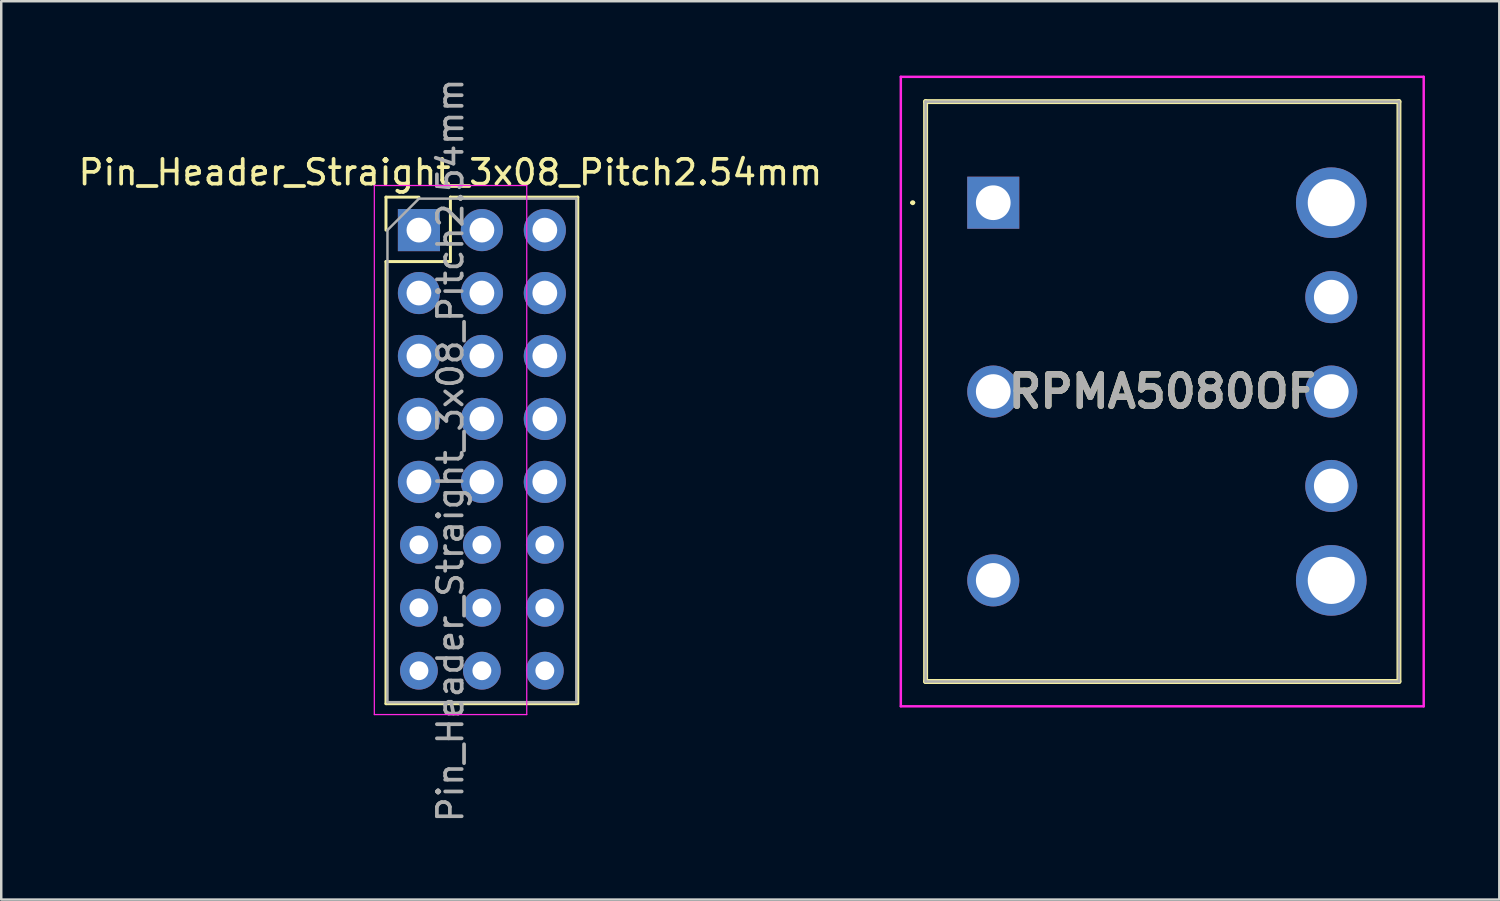
<source format=kicad_pcb>
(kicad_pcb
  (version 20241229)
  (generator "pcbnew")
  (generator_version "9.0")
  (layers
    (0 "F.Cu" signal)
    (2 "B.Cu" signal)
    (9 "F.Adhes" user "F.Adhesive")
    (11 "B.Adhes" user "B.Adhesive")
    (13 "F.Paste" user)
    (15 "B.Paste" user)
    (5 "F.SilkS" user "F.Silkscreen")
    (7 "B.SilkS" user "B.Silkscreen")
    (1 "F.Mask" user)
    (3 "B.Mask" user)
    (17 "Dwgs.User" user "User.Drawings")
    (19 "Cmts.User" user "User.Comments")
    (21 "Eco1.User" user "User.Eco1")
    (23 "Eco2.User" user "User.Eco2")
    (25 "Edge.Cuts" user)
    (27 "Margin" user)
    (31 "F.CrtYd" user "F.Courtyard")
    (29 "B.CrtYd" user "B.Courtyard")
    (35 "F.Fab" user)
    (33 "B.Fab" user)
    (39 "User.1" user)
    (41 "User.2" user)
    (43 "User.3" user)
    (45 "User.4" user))
  (footprint "RPMA5080OF"
    (layer "F.Cu")
    (at 37.03 5.13)
    (property "Reference" "RPMA5080OF" (at 6.82 7.62 0) (layer "F.SilkS") (effects (font (size 1.27 1.27) (thickness 0.254))))
    (attr through_hole)
    (fp_line (start -3.3 0) (end -3.3 0) (stroke (width 0.1) (type solid)) (layer "F.SilkS"))
    (fp_line (start -3.2 0) (end -3.2 0) (stroke (width 0.1) (type solid)) (layer "F.SilkS"))
    (fp_line (start -2.73 -4.08) (end -2.73 19.32) (stroke (width 0.2) (type solid)) (layer "F.SilkS"))
    (fp_line (start -2.73 19.32) (end 16.37 19.32) (stroke (width 0.2) (type solid)) (layer "F.SilkS"))
    (fp_line (start 16.37 -4.08) (end -2.73 -4.08) (stroke (width 0.2) (type solid)) (layer "F.SilkS"))
    (fp_line (start 16.37 19.32) (end 16.37 -4.08) (stroke (width 0.2) (type solid)) (layer "F.SilkS"))
    (fp_arc (start -3.3 0) (mid -3.25 -0.05) (end -3.2 0) (stroke (width 0.1) (type solid)) (layer "F.SilkS"))
    (fp_arc (start -3.2 0) (mid -3.25 0.05) (end -3.3 0) (stroke (width 0.1) (type solid)) (layer "F.SilkS"))
    (fp_line (start -3.73 -5.08) (end -3.73 20.32) (stroke (width 0.1) (type solid)) (layer "F.CrtYd"))
    (fp_line (start -3.73 20.32) (end 17.37 20.32) (stroke (width 0.1) (type solid)) (layer "F.CrtYd"))
    (fp_line (start 17.37 -5.08) (end -3.73 -5.08) (stroke (width 0.1) (type solid)) (layer "F.CrtYd"))
    (fp_line (start 17.37 20.32) (end 17.37 -5.08) (stroke (width 0.1) (type solid)) (layer "F.CrtYd"))
    (fp_line (start -2.73 -4.08) (end -2.73 19.32) (stroke (width 0.1) (type solid)) (layer "F.Fab"))
    (fp_line (start -2.73 19.32) (end 16.37 19.32) (stroke (width 0.1) (type solid)) (layer "F.Fab"))
    (fp_line (start 16.37 -4.08) (end -2.73 -4.08) (stroke (width 0.1) (type solid)) (layer "F.Fab"))
    (fp_line (start 16.37 19.32) (end 16.37 -4.08) (stroke (width 0.1) (type solid)) (layer "F.Fab"))
    (fp_text user "${REFERENCE}" (at 6.82 7.62 0) (layer "F.Fab") (effects (font (size 1.27 1.27) (thickness 0.254))))
    (pad "1" thru_hole rect (at 0 0) (size 2.1 2.1) (drill 1.4) (layers "*.Cu" "*.Mask"))
    (pad "2" thru_hole circle (at 0 7.62) (size 2.1 2.1) (drill 1.4) (layers "*.Cu" "*.Mask"))
    (pad "3" thru_hole circle (at 0 15.24) (size 2.1 2.1) (drill 1.4) (layers "*.Cu" "*.Mask"))
    (pad "4" thru_hole circle (at 13.64 15.24) (size 2.85 2.85) (drill 1.9) (layers "*.Cu" "*.Mask"))
    (pad "5" thru_hole circle (at 13.64 11.43) (size 2.1 2.1) (drill 1.4) (layers "*.Cu" "*.Mask"))
    (pad "6" thru_hole circle (at 13.64 7.62) (size 2.1 2.1) (drill 1.4) (layers "*.Cu" "*.Mask"))
    (pad "7" thru_hole circle (at 13.64 3.81) (size 2.1 2.1) (drill 1.4) (layers "*.Cu" "*.Mask"))
    (pad "8" thru_hole circle (at 13.64 0) (size 2.85 2.85) (drill 1.9) (layers "*.Cu" "*.Mask")))
  (footprint "Pin_Header_Straight_3x08_Pitch2.54mm"
    (layer "F.Cu")
    (at 13.855 6.235)
    (property "Reference" "Pin_Header_Straight_3x08_Pitch2.54mm" (at 1.27 -2.33 0) (layer "F.SilkS") (effects (font (size 1 1) (thickness 0.15))))
    (attr through_hole)
    (fp_line (start -1.33 -1.33) (end 0 -1.33) (stroke (width 0.12) (type solid)) (layer "F.SilkS"))
    (fp_line (start -1.33 0) (end -1.33 -1.33) (stroke (width 0.12) (type solid)) (layer "F.SilkS"))
    (fp_line (start -1.33 1.27) (end -1.33 19.11) (stroke (width 0.12) (type solid)) (layer "F.SilkS"))
    (fp_line (start -1.33 1.27) (end 1.27 1.27) (stroke (width 0.12) (type solid)) (layer "F.SilkS"))
    (fp_line (start -1.33 19.11) (end 6.35 19.11) (stroke (width 0.12) (type solid)) (layer "F.SilkS"))
    (fp_line (start 1.27 -1.33) (end 6.41 -1.33) (stroke (width 0.12) (type solid)) (layer "F.SilkS"))
    (fp_line (start 1.27 1.27) (end 1.27 -1.33) (stroke (width 0.12) (type solid)) (layer "F.SilkS"))
    (fp_line (start 6.41 -1.33) (end 6.41 19.11) (stroke (width 0.12) (type solid)) (layer "F.SilkS"))
    (fp_line (start -1.8 -1.8) (end -1.8 19.55) (stroke (width 0.05) (type solid)) (layer "F.CrtYd"))
    (fp_line (start -1.8 19.55) (end 4.35 19.55) (stroke (width 0.05) (type solid)) (layer "F.CrtYd"))
    (fp_line (start 4.35 -1.8) (end -1.8 -1.8) (stroke (width 0.05) (type solid)) (layer "F.CrtYd"))
    (fp_line (start 4.35 19.55) (end 4.35 -1.8) (stroke (width 0.05) (type solid)) (layer "F.CrtYd"))
    (fp_line (start -1.27 0) (end 0 -1.27) (stroke (width 0.1) (type solid)) (layer "F.Fab"))
    (fp_line (start -1.27 19.05) (end -1.27 0) (stroke (width 0.1) (type solid)) (layer "F.Fab"))
    (fp_line (start 0 -1.27) (end 6.35 -1.27) (stroke (width 0.1) (type solid)) (layer "F.Fab"))
    (fp_line (start 6.35 -1.27) (end 6.35 19.05) (stroke (width 0.1) (type solid)) (layer "F.Fab"))
    (fp_line (start 6.35 19.05) (end -1.27 19.05) (stroke (width 0.1) (type solid)) (layer "F.Fab"))
    (fp_text user "${REFERENCE}" (at 1.27 8.89 90) (layer "F.Fab") (effects (font (size 1 1) (thickness 0.15))))
    (pad "1" thru_hole rect (at 0 0) (size 1.7 1.7) (drill 1) (layers "*.Cu" "*.Mask"))
    (pad "2" thru_hole oval (at 2.54 0) (size 1.7 1.7) (drill 1) (layers "*.Cu" "*.Mask"))
    (pad "3" thru_hole oval (at 5.08 0) (size 1.7 1.7) (drill 1) (layers "*.Cu" "*.Mask"))
    (pad "4" thru_hole oval (at 0 2.54) (size 1.7 1.7) (drill 1) (layers "*.Cu" "*.Mask"))
    (pad "5" thru_hole oval (at 2.54 2.54) (size 1.7 1.7) (drill 1) (layers "*.Cu" "*.Mask"))
    (pad "6" thru_hole oval (at 5.08 2.54) (size 1.7 1.7) (drill 1) (layers "*.Cu" "*.Mask"))
    (pad "7" thru_hole oval (at 0 5.08) (size 1.7 1.7) (drill 1) (layers "*.Cu" "*.Mask"))
    (pad "8" thru_hole oval (at 2.54 5.08) (size 1.7 1.7) (drill 1) (layers "*.Cu" "*.Mask"))
    (pad "9" thru_hole oval (at 5.08 5.08) (size 1.7 1.7) (drill 1) (layers "*.Cu" "*.Mask"))
    (pad "10" thru_hole oval (at 0 7.62) (size 1.7 1.7) (drill 1) (layers "*.Cu" "*.Mask"))
    (pad "11" thru_hole oval (at 2.54 7.62) (size 1.7 1.7) (drill 1) (layers "*.Cu" "*.Mask"))
    (pad "12" thru_hole oval (at 5.08 7.62) (size 1.7 1.7) (drill 1) (layers "*.Cu" "*.Mask"))
    (pad "13" thru_hole oval (at 0 10.16) (size 1.7 1.7) (drill 1) (layers "*.Cu" "*.Mask"))
    (pad "14" thru_hole oval (at 2.54 10.16) (size 1.7 1.7) (drill 1) (layers "*.Cu" "*.Mask"))
    (pad "15" thru_hole oval (at 5.08 10.16) (size 1.7 1.7) (drill 1) (layers "*.Cu" "*.Mask"))
    (pad "16" thru_hole circle (at 0 12.7) (size 1.524 1.524) (drill 0.762) (layers "*.Cu" "*.Mask"))
    (pad "17" thru_hole circle (at 2.54 12.7) (size 1.524 1.524) (drill 0.762) (layers "*.Cu" "*.Mask"))
    (pad "18" thru_hole circle (at 5.08 12.7) (size 1.524 1.524) (drill 0.762) (layers "*.Cu" "*.Mask"))
    (pad "19" thru_hole circle (at 0 15.24) (size 1.524 1.524) (drill 0.762) (layers "*.Cu" "*.Mask"))
    (pad "20" thru_hole circle (at 2.54 15.24) (size 1.524 1.524) (drill 0.762) (layers "*.Cu" "*.Mask"))
    (pad "21" thru_hole circle (at 5.08 15.24) (size 1.524 1.524) (drill 0.762) (layers "*.Cu" "*.Mask"))
    (pad "22" thru_hole circle (at 0 17.78) (size 1.524 1.524) (drill 0.762) (layers "*.Cu" "*.Mask"))
    (pad "23" thru_hole circle (at 2.54 17.78) (size 1.524 1.524) (drill 0.762) (layers "*.Cu" "*.Mask"))
    (pad "24" thru_hole circle (at 5.08 17.78) (size 1.524 1.524) (drill 0.762) (layers "*.Cu" "*.Mask")))
  (gr_rect
    (start -3 -3)
    (end 57.45 33.25)
    (stroke (width 0.1) (type default))
    (fill no)
    (layer "Edge.Cuts")))
</source>
